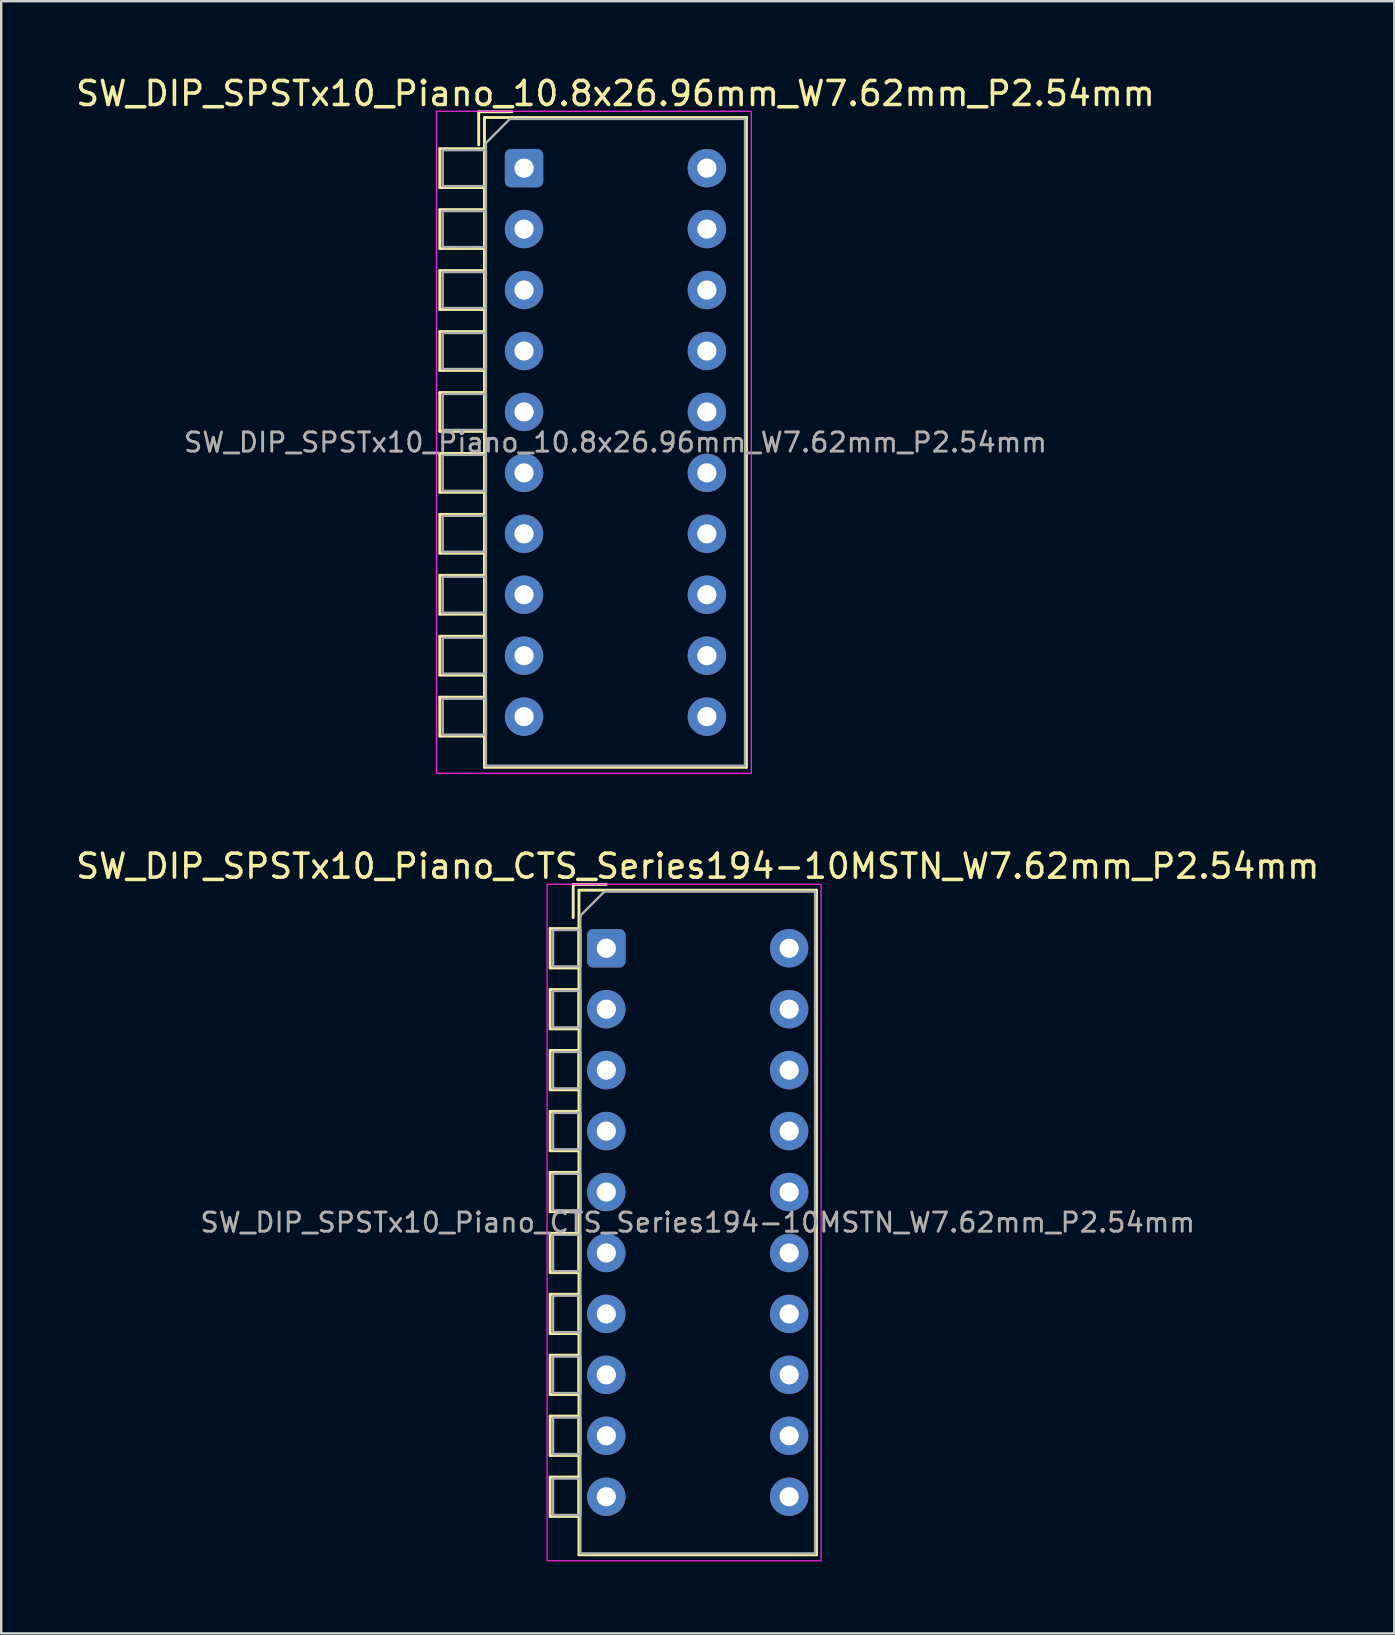
<source format=kicad_pcb>
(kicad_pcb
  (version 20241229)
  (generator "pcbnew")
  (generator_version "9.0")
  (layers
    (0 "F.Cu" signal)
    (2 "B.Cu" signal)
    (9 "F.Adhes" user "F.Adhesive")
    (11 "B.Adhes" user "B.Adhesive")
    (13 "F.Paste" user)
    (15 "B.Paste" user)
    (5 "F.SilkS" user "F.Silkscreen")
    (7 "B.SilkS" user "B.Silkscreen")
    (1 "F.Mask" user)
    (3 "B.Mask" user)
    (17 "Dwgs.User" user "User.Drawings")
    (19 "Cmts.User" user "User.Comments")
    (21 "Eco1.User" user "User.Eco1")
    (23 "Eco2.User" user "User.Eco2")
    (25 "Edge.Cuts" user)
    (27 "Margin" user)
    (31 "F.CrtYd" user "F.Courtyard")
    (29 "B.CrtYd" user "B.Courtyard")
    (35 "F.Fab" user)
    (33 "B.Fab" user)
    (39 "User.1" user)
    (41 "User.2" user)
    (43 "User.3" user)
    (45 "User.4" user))
  (footprint "SW_DIP_SPSTx10_Piano_10.8x26.96mm_W7.62mm_P2.54mm"
    (layer "F.Cu")
    (at 18.791 3.958)
    (property "Reference" "SW_DIP_SPSTx10_Piano_10.8x26.96mm_W7.62mm_P2.54mm" (at 3.81 -3.11 0) (layer "F.SilkS") (effects (font (size 1 1) (thickness 0.15))))
    (attr through_hole)
    (fp_line (start -3.51 -0.81) (end -1.65 -0.81) (stroke (width 0.12) (type solid)) (layer "F.SilkS"))
    (fp_line (start -3.51 0.81) (end -3.51 -0.81) (stroke (width 0.12) (type solid)) (layer "F.SilkS"))
    (fp_line (start -3.51 1.73) (end -1.65 1.73) (stroke (width 0.12) (type solid)) (layer "F.SilkS"))
    (fp_line (start -3.51 3.35) (end -3.51 1.73) (stroke (width 0.12) (type solid)) (layer "F.SilkS"))
    (fp_line (start -3.51 4.27) (end -1.65 4.27) (stroke (width 0.12) (type solid)) (layer "F.SilkS"))
    (fp_line (start -3.51 5.89) (end -3.51 4.27) (stroke (width 0.12) (type solid)) (layer "F.SilkS"))
    (fp_line (start -3.51 6.81) (end -1.65 6.81) (stroke (width 0.12) (type solid)) (layer "F.SilkS"))
    (fp_line (start -3.51 8.43) (end -3.51 6.81) (stroke (width 0.12) (type solid)) (layer "F.SilkS"))
    (fp_line (start -3.51 9.35) (end -1.65 9.35) (stroke (width 0.12) (type solid)) (layer "F.SilkS"))
    (fp_line (start -3.51 10.97) (end -3.51 9.35) (stroke (width 0.12) (type solid)) (layer "F.SilkS"))
    (fp_line (start -3.51 11.89) (end -1.65 11.89) (stroke (width 0.12) (type solid)) (layer "F.SilkS"))
    (fp_line (start -3.51 13.51) (end -3.51 11.89) (stroke (width 0.12) (type solid)) (layer "F.SilkS"))
    (fp_line (start -3.51 14.43) (end -1.65 14.43) (stroke (width 0.12) (type solid)) (layer "F.SilkS"))
    (fp_line (start -3.51 16.05) (end -3.51 14.43) (stroke (width 0.12) (type solid)) (layer "F.SilkS"))
    (fp_line (start -3.51 16.97) (end -1.65 16.97) (stroke (width 0.12) (type solid)) (layer "F.SilkS"))
    (fp_line (start -3.51 18.59) (end -3.51 16.97) (stroke (width 0.12) (type solid)) (layer "F.SilkS"))
    (fp_line (start -3.51 19.51) (end -1.65 19.51) (stroke (width 0.12) (type solid)) (layer "F.SilkS"))
    (fp_line (start -3.51 21.13) (end -3.51 19.51) (stroke (width 0.12) (type solid)) (layer "F.SilkS"))
    (fp_line (start -3.51 22.05) (end -1.65 22.05) (stroke (width 0.12) (type solid)) (layer "F.SilkS"))
    (fp_line (start -3.51 23.67) (end -3.51 22.05) (stroke (width 0.12) (type solid)) (layer "F.SilkS"))
    (fp_line (start -1.89 -2.35) (end -1.89 -0.967) (stroke (width 0.12) (type solid)) (layer "F.SilkS"))
    (fp_line (start -1.89 -2.35) (end -0.507 -2.35) (stroke (width 0.12) (type solid)) (layer "F.SilkS"))
    (fp_line (start -1.65 -2.11) (end -1.65 24.97) (stroke (width 0.12) (type solid)) (layer "F.SilkS"))
    (fp_line (start -1.65 -2.11) (end 9.27 -2.11) (stroke (width 0.12) (type solid)) (layer "F.SilkS"))
    (fp_line (start -1.65 -0.81) (end -1.65 0.81) (stroke (width 0.12) (type solid)) (layer "F.SilkS"))
    (fp_line (start -1.65 0.81) (end -3.51 0.81) (stroke (width 0.12) (type solid)) (layer "F.SilkS"))
    (fp_line (start -1.65 1.73) (end -1.65 3.35) (stroke (width 0.12) (type solid)) (layer "F.SilkS"))
    (fp_line (start -1.65 3.35) (end -3.51 3.35) (stroke (width 0.12) (type solid)) (layer "F.SilkS"))
    (fp_line (start -1.65 4.27) (end -1.65 5.89) (stroke (width 0.12) (type solid)) (layer "F.SilkS"))
    (fp_line (start -1.65 5.89) (end -3.51 5.89) (stroke (width 0.12) (type solid)) (layer "F.SilkS"))
    (fp_line (start -1.65 6.81) (end -1.65 8.43) (stroke (width 0.12) (type solid)) (layer "F.SilkS"))
    (fp_line (start -1.65 8.43) (end -3.51 8.43) (stroke (width 0.12) (type solid)) (layer "F.SilkS"))
    (fp_line (start -1.65 9.35) (end -1.65 10.97) (stroke (width 0.12) (type solid)) (layer "F.SilkS"))
    (fp_line (start -1.65 10.97) (end -3.51 10.97) (stroke (width 0.12) (type solid)) (layer "F.SilkS"))
    (fp_line (start -1.65 11.89) (end -1.65 13.51) (stroke (width 0.12) (type solid)) (layer "F.SilkS"))
    (fp_line (start -1.65 13.51) (end -3.51 13.51) (stroke (width 0.12) (type solid)) (layer "F.SilkS"))
    (fp_line (start -1.65 14.43) (end -1.65 16.05) (stroke (width 0.12) (type solid)) (layer "F.SilkS"))
    (fp_line (start -1.65 16.05) (end -3.51 16.05) (stroke (width 0.12) (type solid)) (layer "F.SilkS"))
    (fp_line (start -1.65 16.97) (end -1.65 18.59) (stroke (width 0.12) (type solid)) (layer "F.SilkS"))
    (fp_line (start -1.65 18.59) (end -3.51 18.59) (stroke (width 0.12) (type solid)) (layer "F.SilkS"))
    (fp_line (start -1.65 19.51) (end -1.65 21.13) (stroke (width 0.12) (type solid)) (layer "F.SilkS"))
    (fp_line (start -1.65 21.13) (end -3.51 21.13) (stroke (width 0.12) (type solid)) (layer "F.SilkS"))
    (fp_line (start -1.65 22.05) (end -1.65 23.67) (stroke (width 0.12) (type solid)) (layer "F.SilkS"))
    (fp_line (start -1.65 23.67) (end -3.51 23.67) (stroke (width 0.12) (type solid)) (layer "F.SilkS"))
    (fp_line (start -1.65 24.97) (end 9.27 24.97) (stroke (width 0.12) (type solid)) (layer "F.SilkS"))
    (fp_line (start 9.27 -2.11) (end 9.27 24.97) (stroke (width 0.12) (type solid)) (layer "F.SilkS"))
    (fp_rect (start -3.65 -2.37) (end 9.47 25.22) (stroke (width 0.05) (type solid)) (fill no) (layer "F.CrtYd"))
    (fp_line (start -1.59 -1.05) (end -0.59 -2.05) (stroke (width 0.1) (type solid)) (layer "F.Fab"))
    (fp_line (start -1.59 24.91) (end -1.59 -1.05) (stroke (width 0.1) (type solid)) (layer "F.Fab"))
    (fp_line (start -0.59 -2.05) (end 9.21 -2.05) (stroke (width 0.1) (type solid)) (layer "F.Fab"))
    (fp_line (start 9.21 -2.05) (end 9.21 24.91) (stroke (width 0.1) (type solid)) (layer "F.Fab"))
    (fp_line (start 9.21 24.91) (end -1.59 24.91) (stroke (width 0.1) (type solid)) (layer "F.Fab"))
    (fp_rect (start -3.39 -0.75) (end -1.59 0.75) (stroke (width 0.1) (type solid)) (fill no) (layer "F.Fab"))
    (fp_rect (start -3.39 1.79) (end -1.59 3.29) (stroke (width 0.1) (type solid)) (fill no) (layer "F.Fab"))
    (fp_rect (start -3.39 4.33) (end -1.59 5.83) (stroke (width 0.1) (type solid)) (fill no) (layer "F.Fab"))
    (fp_rect (start -3.39 6.87) (end -1.59 8.37) (stroke (width 0.1) (type solid)) (fill no) (layer "F.Fab"))
    (fp_rect (start -3.39 9.41) (end -1.59 10.91) (stroke (width 0.1) (type solid)) (fill no) (layer "F.Fab"))
    (fp_rect (start -3.39 11.95) (end -1.59 13.45) (stroke (width 0.1) (type solid)) (fill no) (layer "F.Fab"))
    (fp_rect (start -3.39 14.49) (end -1.59 15.99) (stroke (width 0.1) (type solid)) (fill no) (layer "F.Fab"))
    (fp_rect (start -3.39 17.03) (end -1.59 18.53) (stroke (width 0.1) (type solid)) (fill no) (layer "F.Fab"))
    (fp_rect (start -3.39 19.57) (end -1.59 21.07) (stroke (width 0.1) (type solid)) (fill no) (layer "F.Fab"))
    (fp_rect (start -3.39 22.11) (end -1.59 23.61) (stroke (width 0.1) (type solid)) (fill no) (layer "F.Fab"))
    (fp_text user "${REFERENCE}" (at 3.81 11.43 0) (layer "F.Fab") (effects (font (size 0.8 0.8) (thickness 0.12))))
    (pad "1" thru_hole roundrect (at 0 0) (size 1.6 1.6) (drill 0.8) (layers "*.Cu" "*.Mask") (roundrect_rratio 0.156))
    (pad "2" thru_hole circle (at 0 2.54) (size 1.6 1.6) (drill 0.8) (layers "*.Cu" "*.Mask"))
    (pad "3" thru_hole circle (at 0 5.08) (size 1.6 1.6) (drill 0.8) (layers "*.Cu" "*.Mask"))
    (pad "4" thru_hole circle (at 0 7.62) (size 1.6 1.6) (drill 0.8) (layers "*.Cu" "*.Mask"))
    (pad "5" thru_hole circle (at 0 10.16) (size 1.6 1.6) (drill 0.8) (layers "*.Cu" "*.Mask"))
    (pad "6" thru_hole circle (at 0 12.7) (size 1.6 1.6) (drill 0.8) (layers "*.Cu" "*.Mask"))
    (pad "7" thru_hole circle (at 0 15.24) (size 1.6 1.6) (drill 0.8) (layers "*.Cu" "*.Mask"))
    (pad "8" thru_hole circle (at 0 17.78) (size 1.6 1.6) (drill 0.8) (layers "*.Cu" "*.Mask"))
    (pad "9" thru_hole circle (at 0 20.32) (size 1.6 1.6) (drill 0.8) (layers "*.Cu" "*.Mask"))
    (pad "10" thru_hole circle (at 0 22.86) (size 1.6 1.6) (drill 0.8) (layers "*.Cu" "*.Mask"))
    (pad "11" thru_hole circle (at 7.62 22.86) (size 1.6 1.6) (drill 0.8) (layers "*.Cu" "*.Mask"))
    (pad "12" thru_hole circle (at 7.62 20.32) (size 1.6 1.6) (drill 0.8) (layers "*.Cu" "*.Mask"))
    (pad "13" thru_hole circle (at 7.62 17.78) (size 1.6 1.6) (drill 0.8) (layers "*.Cu" "*.Mask"))
    (pad "14" thru_hole circle (at 7.62 15.24) (size 1.6 1.6) (drill 0.8) (layers "*.Cu" "*.Mask"))
    (pad "15" thru_hole circle (at 7.62 12.7) (size 1.6 1.6) (drill 0.8) (layers "*.Cu" "*.Mask"))
    (pad "16" thru_hole circle (at 7.62 10.16) (size 1.6 1.6) (drill 0.8) (layers "*.Cu" "*.Mask"))
    (pad "17" thru_hole circle (at 7.62 7.62) (size 1.6 1.6) (drill 0.8) (layers "*.Cu" "*.Mask"))
    (pad "18" thru_hole circle (at 7.62 5.08) (size 1.6 1.6) (drill 0.8) (layers "*.Cu" "*.Mask"))
    (pad "19" thru_hole circle (at 7.62 2.54) (size 1.6 1.6) (drill 0.8) (layers "*.Cu" "*.Mask"))
    (pad "20" thru_hole circle (at 7.62 0) (size 1.6 1.6) (drill 0.8) (layers "*.Cu" "*.Mask")))
  (footprint "SW_DIP_SPSTx10_Piano_CTS_Series194-10MSTN_W7.62mm_P2.54mm"
    (layer "F.Cu")
    (at 22.22 36.471)
    (property "Reference" "SW_DIP_SPSTx10_Piano_CTS_Series194-10MSTN_W7.62mm_P2.54mm" (at 3.81 -3.42 0) (layer "F.SilkS") (effects (font (size 1 1) (thickness 0.15))))
    (attr through_hole)
    (fp_line (start -2.34 -0.82) (end -1.14 -0.82) (stroke (width 0.12) (type solid)) (layer "F.SilkS"))
    (fp_line (start -2.34 0.82) (end -2.34 -0.82) (stroke (width 0.12) (type solid)) (layer "F.SilkS"))
    (fp_line (start -2.34 1.72) (end -1.14 1.72) (stroke (width 0.12) (type solid)) (layer "F.SilkS"))
    (fp_line (start -2.34 3.36) (end -2.34 1.72) (stroke (width 0.12) (type solid)) (layer "F.SilkS"))
    (fp_line (start -2.34 4.26) (end -1.14 4.26) (stroke (width 0.12) (type solid)) (layer "F.SilkS"))
    (fp_line (start -2.34 5.9) (end -2.34 4.26) (stroke (width 0.12) (type solid)) (layer "F.SilkS"))
    (fp_line (start -2.34 6.8) (end -1.14 6.8) (stroke (width 0.12) (type solid)) (layer "F.SilkS"))
    (fp_line (start -2.34 8.44) (end -2.34 6.8) (stroke (width 0.12) (type solid)) (layer "F.SilkS"))
    (fp_line (start -2.34 9.34) (end -1.14 9.34) (stroke (width 0.12) (type solid)) (layer "F.SilkS"))
    (fp_line (start -2.34 10.98) (end -2.34 9.34) (stroke (width 0.12) (type solid)) (layer "F.SilkS"))
    (fp_line (start -2.34 11.88) (end -1.14 11.88) (stroke (width 0.12) (type solid)) (layer "F.SilkS"))
    (fp_line (start -2.34 13.52) (end -2.34 11.88) (stroke (width 0.12) (type solid)) (layer "F.SilkS"))
    (fp_line (start -2.34 14.42) (end -1.14 14.42) (stroke (width 0.12) (type solid)) (layer "F.SilkS"))
    (fp_line (start -2.34 16.06) (end -2.34 14.42) (stroke (width 0.12) (type solid)) (layer "F.SilkS"))
    (fp_line (start -2.34 16.96) (end -1.14 16.96) (stroke (width 0.12) (type solid)) (layer "F.SilkS"))
    (fp_line (start -2.34 18.6) (end -2.34 16.96) (stroke (width 0.12) (type solid)) (layer "F.SilkS"))
    (fp_line (start -2.34 19.5) (end -1.14 19.5) (stroke (width 0.12) (type solid)) (layer "F.SilkS"))
    (fp_line (start -2.34 21.14) (end -2.34 19.5) (stroke (width 0.12) (type solid)) (layer "F.SilkS"))
    (fp_line (start -2.34 22.04) (end -1.14 22.04) (stroke (width 0.12) (type solid)) (layer "F.SilkS"))
    (fp_line (start -2.34 23.68) (end -2.34 22.04) (stroke (width 0.12) (type solid)) (layer "F.SilkS"))
    (fp_line (start -1.38 -2.66) (end -1.38 -1.277) (stroke (width 0.12) (type solid)) (layer "F.SilkS"))
    (fp_line (start -1.38 -2.66) (end 0.003 -2.66) (stroke (width 0.12) (type solid)) (layer "F.SilkS"))
    (fp_line (start -1.14 -2.42) (end -1.14 25.28) (stroke (width 0.12) (type solid)) (layer "F.SilkS"))
    (fp_line (start -1.14 -2.42) (end 8.76 -2.42) (stroke (width 0.12) (type solid)) (layer "F.SilkS"))
    (fp_line (start -1.14 -0.82) (end -1.14 0.82) (stroke (width 0.12) (type solid)) (layer "F.SilkS"))
    (fp_line (start -1.14 0.82) (end -2.34 0.82) (stroke (width 0.12) (type solid)) (layer "F.SilkS"))
    (fp_line (start -1.14 1.72) (end -1.14 3.36) (stroke (width 0.12) (type solid)) (layer "F.SilkS"))
    (fp_line (start -1.14 3.36) (end -2.34 3.36) (stroke (width 0.12) (type solid)) (layer "F.SilkS"))
    (fp_line (start -1.14 4.26) (end -1.14 5.9) (stroke (width 0.12) (type solid)) (layer "F.SilkS"))
    (fp_line (start -1.14 5.9) (end -2.34 5.9) (stroke (width 0.12) (type solid)) (layer "F.SilkS"))
    (fp_line (start -1.14 6.8) (end -1.14 8.44) (stroke (width 0.12) (type solid)) (layer "F.SilkS"))
    (fp_line (start -1.14 8.44) (end -2.34 8.44) (stroke (width 0.12) (type solid)) (layer "F.SilkS"))
    (fp_line (start -1.14 9.34) (end -1.14 10.98) (stroke (width 0.12) (type solid)) (layer "F.SilkS"))
    (fp_line (start -1.14 10.98) (end -2.34 10.98) (stroke (width 0.12) (type solid)) (layer "F.SilkS"))
    (fp_line (start -1.14 11.88) (end -1.14 13.52) (stroke (width 0.12) (type solid)) (layer "F.SilkS"))
    (fp_line (start -1.14 13.52) (end -2.34 13.52) (stroke (width 0.12) (type solid)) (layer "F.SilkS"))
    (fp_line (start -1.14 14.42) (end -1.14 16.06) (stroke (width 0.12) (type solid)) (layer "F.SilkS"))
    (fp_line (start -1.14 16.06) (end -2.34 16.06) (stroke (width 0.12) (type solid)) (layer "F.SilkS"))
    (fp_line (start -1.14 16.96) (end -1.14 18.6) (stroke (width 0.12) (type solid)) (layer "F.SilkS"))
    (fp_line (start -1.14 18.6) (end -2.34 18.6) (stroke (width 0.12) (type solid)) (layer "F.SilkS"))
    (fp_line (start -1.14 19.5) (end -1.14 21.14) (stroke (width 0.12) (type solid)) (layer "F.SilkS"))
    (fp_line (start -1.14 21.14) (end -2.34 21.14) (stroke (width 0.12) (type solid)) (layer "F.SilkS"))
    (fp_line (start -1.14 22.04) (end -1.14 23.68) (stroke (width 0.12) (type solid)) (layer "F.SilkS"))
    (fp_line (start -1.14 23.68) (end -2.34 23.68) (stroke (width 0.12) (type solid)) (layer "F.SilkS"))
    (fp_line (start -1.14 25.28) (end 8.76 25.28) (stroke (width 0.12) (type solid)) (layer "F.SilkS"))
    (fp_line (start 8.76 -2.42) (end 8.76 25.28) (stroke (width 0.12) (type solid)) (layer "F.SilkS"))
    (fp_rect (start -2.47 -2.67) (end 8.95 25.53) (stroke (width 0.05) (type solid)) (fill no) (layer "F.CrtYd"))
    (fp_line (start -1.08 -1.36) (end -0.08 -2.36) (stroke (width 0.1) (type solid)) (layer "F.Fab"))
    (fp_line (start -1.08 25.22) (end -1.08 -1.36) (stroke (width 0.1) (type solid)) (layer "F.Fab"))
    (fp_line (start -0.08 -2.36) (end 8.7 -2.36) (stroke (width 0.1) (type solid)) (layer "F.Fab"))
    (fp_line (start 8.7 -2.36) (end 8.7 25.22) (stroke (width 0.1) (type solid)) (layer "F.Fab"))
    (fp_line (start 8.7 25.22) (end -1.08 25.22) (stroke (width 0.1) (type solid)) (layer "F.Fab"))
    (fp_rect (start -2.22 -0.76) (end -1.08 0.76) (stroke (width 0.1) (type solid)) (fill no) (layer "F.Fab"))
    (fp_rect (start -2.22 1.78) (end -1.08 3.3) (stroke (width 0.1) (type solid)) (fill no) (layer "F.Fab"))
    (fp_rect (start -2.22 4.32) (end -1.08 5.84) (stroke (width 0.1) (type solid)) (fill no) (layer "F.Fab"))
    (fp_rect (start -2.22 6.86) (end -1.08 8.38) (stroke (width 0.1) (type solid)) (fill no) (layer "F.Fab"))
    (fp_rect (start -2.22 9.4) (end -1.08 10.92) (stroke (width 0.1) (type solid)) (fill no) (layer "F.Fab"))
    (fp_rect (start -2.22 11.94) (end -1.08 13.46) (stroke (width 0.1) (type solid)) (fill no) (layer "F.Fab"))
    (fp_rect (start -2.22 14.48) (end -1.08 16) (stroke (width 0.1) (type solid)) (fill no) (layer "F.Fab"))
    (fp_rect (start -2.22 17.02) (end -1.08 18.54) (stroke (width 0.1) (type solid)) (fill no) (layer "F.Fab"))
    (fp_rect (start -2.22 19.56) (end -1.08 21.08) (stroke (width 0.1) (type solid)) (fill no) (layer "F.Fab"))
    (fp_rect (start -2.22 22.1) (end -1.08 23.62) (stroke (width 0.1) (type solid)) (fill no) (layer "F.Fab"))
    (fp_text user "${REFERENCE}" (at 3.81 11.43 0) (layer "F.Fab") (effects (font (size 0.8 0.8) (thickness 0.12))))
    (pad "1" thru_hole roundrect (at 0 0) (size 1.6 1.6) (drill 0.8) (layers "*.Cu" "*.Mask") (roundrect_rratio 0.156))
    (pad "2" thru_hole circle (at 0 2.54) (size 1.6 1.6) (drill 0.8) (layers "*.Cu" "*.Mask"))
    (pad "3" thru_hole circle (at 0 5.08) (size 1.6 1.6) (drill 0.8) (layers "*.Cu" "*.Mask"))
    (pad "4" thru_hole circle (at 0 7.62) (size 1.6 1.6) (drill 0.8) (layers "*.Cu" "*.Mask"))
    (pad "5" thru_hole circle (at 0 10.16) (size 1.6 1.6) (drill 0.8) (layers "*.Cu" "*.Mask"))
    (pad "6" thru_hole circle (at 0 12.7) (size 1.6 1.6) (drill 0.8) (layers "*.Cu" "*.Mask"))
    (pad "7" thru_hole circle (at 0 15.24) (size 1.6 1.6) (drill 0.8) (layers "*.Cu" "*.Mask"))
    (pad "8" thru_hole circle (at 0 17.78) (size 1.6 1.6) (drill 0.8) (layers "*.Cu" "*.Mask"))
    (pad "9" thru_hole circle (at 0 20.32) (size 1.6 1.6) (drill 0.8) (layers "*.Cu" "*.Mask"))
    (pad "10" thru_hole circle (at 0 22.86) (size 1.6 1.6) (drill 0.8) (layers "*.Cu" "*.Mask"))
    (pad "11" thru_hole circle (at 7.62 22.86) (size 1.6 1.6) (drill 0.8) (layers "*.Cu" "*.Mask"))
    (pad "12" thru_hole circle (at 7.62 20.32) (size 1.6 1.6) (drill 0.8) (layers "*.Cu" "*.Mask"))
    (pad "13" thru_hole circle (at 7.62 17.78) (size 1.6 1.6) (drill 0.8) (layers "*.Cu" "*.Mask"))
    (pad "14" thru_hole circle (at 7.62 15.24) (size 1.6 1.6) (drill 0.8) (layers "*.Cu" "*.Mask"))
    (pad "15" thru_hole circle (at 7.62 12.7) (size 1.6 1.6) (drill 0.8) (layers "*.Cu" "*.Mask"))
    (pad "16" thru_hole circle (at 7.62 10.16) (size 1.6 1.6) (drill 0.8) (layers "*.Cu" "*.Mask"))
    (pad "17" thru_hole circle (at 7.62 7.62) (size 1.6 1.6) (drill 0.8) (layers "*.Cu" "*.Mask"))
    (pad "18" thru_hole circle (at 7.62 5.08) (size 1.6 1.6) (drill 0.8) (layers "*.Cu" "*.Mask"))
    (pad "19" thru_hole circle (at 7.62 2.54) (size 1.6 1.6) (drill 0.8) (layers "*.Cu" "*.Mask"))
    (pad "20" thru_hole circle (at 7.62 0) (size 1.6 1.6) (drill 0.8) (layers "*.Cu" "*.Mask")))
  (gr_rect
    (start -3 -3)
    (end 55.06 65.026)
    (stroke (width 0.1) (type default))
    (fill no)
    (layer "Edge.Cuts")))
</source>
